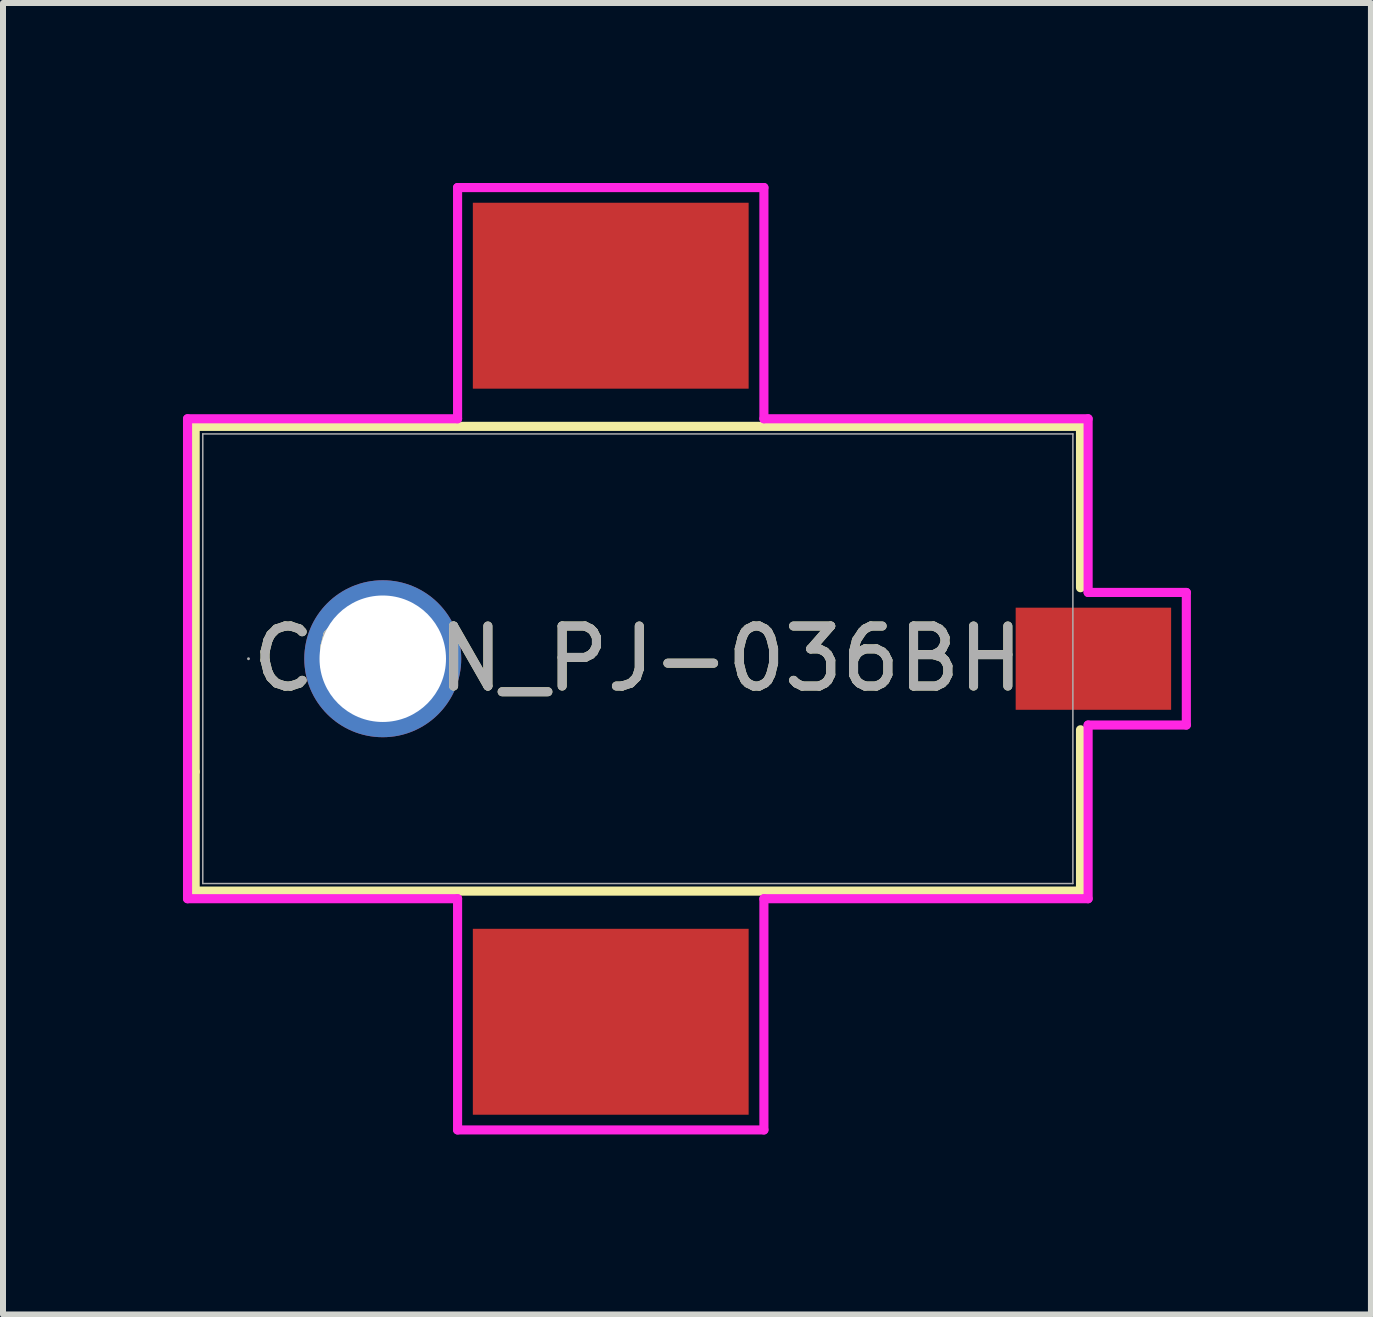
<source format=kicad_pcb>
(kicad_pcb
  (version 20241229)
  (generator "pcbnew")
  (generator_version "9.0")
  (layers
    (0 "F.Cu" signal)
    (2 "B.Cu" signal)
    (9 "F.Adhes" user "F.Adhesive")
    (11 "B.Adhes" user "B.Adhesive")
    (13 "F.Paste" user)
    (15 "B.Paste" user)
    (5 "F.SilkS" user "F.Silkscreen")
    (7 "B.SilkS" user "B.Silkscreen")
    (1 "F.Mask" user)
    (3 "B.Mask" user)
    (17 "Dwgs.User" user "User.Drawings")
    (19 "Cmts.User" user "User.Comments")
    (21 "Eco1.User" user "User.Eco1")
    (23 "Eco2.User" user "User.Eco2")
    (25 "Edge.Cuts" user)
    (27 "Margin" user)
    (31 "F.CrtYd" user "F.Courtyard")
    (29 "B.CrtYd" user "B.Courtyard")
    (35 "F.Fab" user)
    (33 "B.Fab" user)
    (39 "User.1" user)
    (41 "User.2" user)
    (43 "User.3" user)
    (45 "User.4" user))
  (footprint "CONN_PJ-036BH"
    (layer "F.Cu")
    (at 15.175 7.93)
    (property "Reference" "CONN_PJ-036BH" (at -7.593 0 0) (unlocked yes) (layer "F.SilkS") (effects (font (size 1 1) (thickness 0.15))))
    (attr smd)
    (fp_line (start -14.972 -3.873) (end -14.972 1.882) (stroke (width 0.152) (type solid)) (layer "F.SilkS"))
    (fp_line (start -14.972 1.882) (end -14.972 3.873) (stroke (width 0.152) (type solid)) (layer "F.SilkS"))
    (fp_line (start -14.972 3.873) (end -0.215 3.873) (stroke (width 0.152) (type solid)) (layer "F.SilkS"))
    (fp_line (start -0.215 -3.873) (end -14.972 -3.873) (stroke (width 0.152) (type solid)) (layer "F.SilkS"))
    (fp_line (start -0.215 -1.184) (end -0.215 -3.873) (stroke (width 0.152) (type solid)) (layer "F.SilkS"))
    (fp_line (start -0.215 3.873) (end -0.215 1.184) (stroke (width 0.152) (type solid)) (layer "F.SilkS"))
    (fp_line (start -15.099 -4) (end -15.099 4) (stroke (width 0.152) (type solid)) (layer "F.CrtYd"))
    (fp_line (start -15.099 4) (end -10.598 4) (stroke (width 0.152) (type solid)) (layer "F.CrtYd"))
    (fp_line (start -10.598 -7.854) (end -10.598 -4) (stroke (width 0.152) (type solid)) (layer "F.CrtYd"))
    (fp_line (start -10.598 -4) (end -15.099 -4) (stroke (width 0.152) (type solid)) (layer "F.CrtYd"))
    (fp_line (start -10.598 4) (end -10.598 7.854) (stroke (width 0.152) (type solid)) (layer "F.CrtYd"))
    (fp_line (start -10.598 7.854) (end -5.492 7.854) (stroke (width 0.152) (type solid)) (layer "F.CrtYd"))
    (fp_line (start -5.492 -7.854) (end -10.598 -7.854) (stroke (width 0.152) (type solid)) (layer "F.CrtYd"))
    (fp_line (start -5.492 -4) (end -5.492 -7.854) (stroke (width 0.152) (type solid)) (layer "F.CrtYd"))
    (fp_line (start -5.492 4) (end -0.088 4) (stroke (width 0.152) (type solid)) (layer "F.CrtYd"))
    (fp_line (start -5.492 7.854) (end -5.492 4) (stroke (width 0.152) (type solid)) (layer "F.CrtYd"))
    (fp_line (start -0.088 -4) (end -5.492 -4) (stroke (width 0.152) (type solid)) (layer "F.CrtYd"))
    (fp_line (start -0.088 -1.105) (end -0.088 -4) (stroke (width 0.152) (type solid)) (layer "F.CrtYd"))
    (fp_line (start -0.088 1.105) (end 1.549 1.105) (stroke (width 0.152) (type solid)) (layer "F.CrtYd"))
    (fp_line (start -0.088 4) (end -0.088 1.105) (stroke (width 0.152) (type solid)) (layer "F.CrtYd"))
    (fp_line (start 1.549 -1.105) (end -0.088 -1.105) (stroke (width 0.152) (type solid)) (layer "F.CrtYd"))
    (fp_line (start 1.549 1.105) (end 1.549 -1.105) (stroke (width 0.152) (type solid)) (layer "F.CrtYd"))
    (fp_line (start -14.845 -3.747) (end -14.845 3.747) (stroke (width 0.025) (type solid)) (layer "F.Fab"))
    (fp_line (start -14.845 3.747) (end -0.342 3.747) (stroke (width 0.025) (type solid)) (layer "F.Fab"))
    (fp_line (start -0.342 -3.747) (end -14.845 -3.747) (stroke (width 0.025) (type solid)) (layer "F.Fab"))
    (fp_line (start -0.342 3.747) (end -0.342 -3.747) (stroke (width 0.025) (type solid)) (layer "F.Fab"))
    (fp_circle (center -14.083 0) (end -14.083 0) (stroke (width 0.025) (type solid)) (fill no) (layer "F.Fab"))
    (fp_text user "${REFERENCE}" (at -7.593 0 0) (unlocked yes) (layer "F.Fab") (effects (font (size 1 1) (thickness 0.15))))
    (pad "1" smd rect (at 0 0) (size 2.591 1.702) (layers "F.Cu" "F.Mask" "F.Paste"))
    (pad "2" smd rect (at -8.045 6.051) (size 4.597 3.099) (layers "F.Cu" "F.Mask" "F.Paste"))
    (pad "3" smd rect (at -8.045 -6.051) (size 4.597 3.099) (layers "F.Cu" "F.Mask" "F.Paste"))
    (pad "4" thru_hole circle (at -11.845 0) (size 2.616 2.616) (drill 2.108) (layers "*.Cu" "*.Mask")))
  (gr_rect
    (start -3 -3)
    (end 19.801 18.86)
    (stroke (width 0.1) (type default))
    (fill no)
    (layer "Edge.Cuts")))
</source>
